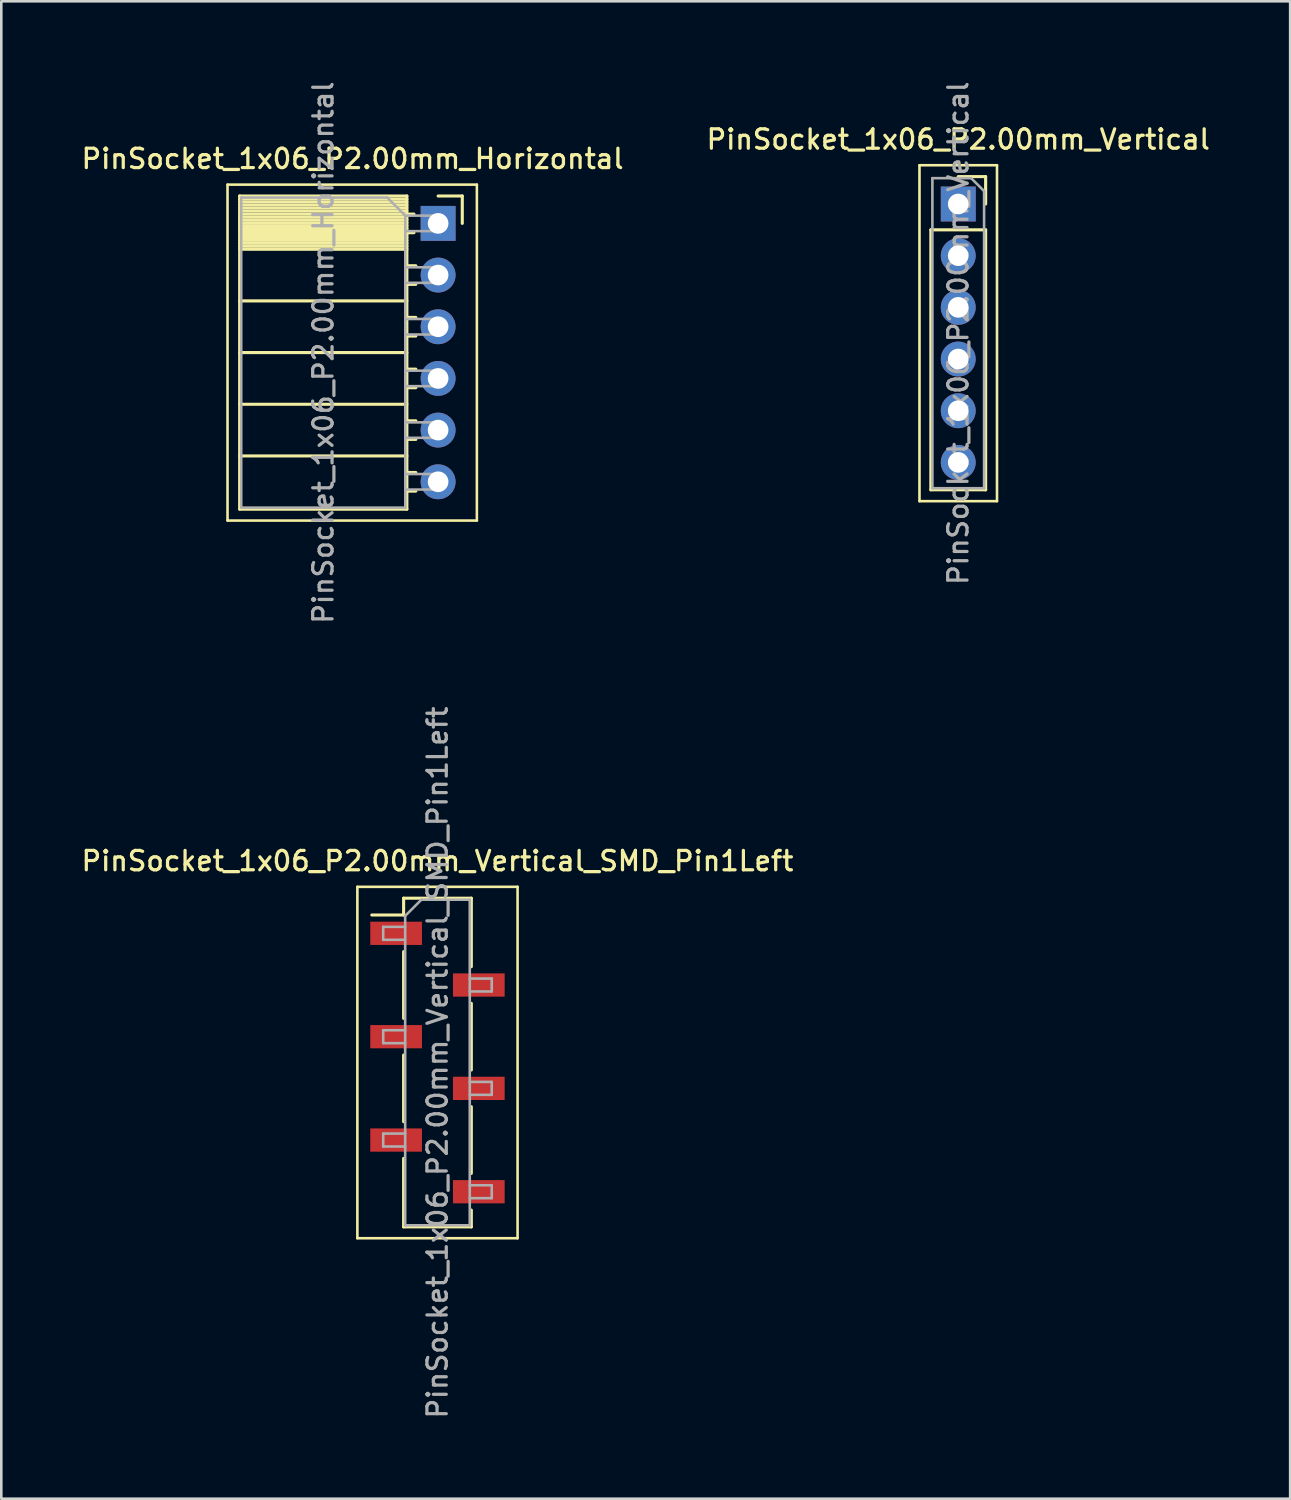
<source format=kicad_pcb>
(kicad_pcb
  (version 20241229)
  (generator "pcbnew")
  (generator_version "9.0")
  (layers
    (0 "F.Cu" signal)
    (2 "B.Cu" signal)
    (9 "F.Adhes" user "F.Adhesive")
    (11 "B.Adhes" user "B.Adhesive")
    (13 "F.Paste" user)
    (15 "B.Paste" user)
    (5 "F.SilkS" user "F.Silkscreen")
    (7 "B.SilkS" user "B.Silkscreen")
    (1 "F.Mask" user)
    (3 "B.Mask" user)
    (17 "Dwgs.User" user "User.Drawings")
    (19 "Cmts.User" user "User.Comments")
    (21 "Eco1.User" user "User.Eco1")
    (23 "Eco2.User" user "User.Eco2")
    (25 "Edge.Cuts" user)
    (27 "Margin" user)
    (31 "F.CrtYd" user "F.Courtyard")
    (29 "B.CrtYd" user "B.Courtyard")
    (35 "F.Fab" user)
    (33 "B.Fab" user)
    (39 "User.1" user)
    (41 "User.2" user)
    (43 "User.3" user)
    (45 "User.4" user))
  (footprint "PinSocket_1x06_P2.00mm_Vertical_SMD_Pin1Left"
    (layer "F.Cu")
    (at 13.88 38.07)
    (property "Reference" "PinSocket_1x06_P2.00mm_Vertical_SMD_Pin1Left" (at 0 -7.8 0) (layer "F.SilkS") (effects (font (size 0.75 0.75) (thickness 0.125))))
    (attr smd)
    (fp_line (start -3.1 -6.8) (end 3.1 -6.8) (stroke (width 0.1) (type solid)) (layer "F.SilkS"))
    (fp_line (start -3.1 6.8) (end -3.1 -6.8) (stroke (width 0.1) (type solid)) (layer "F.SilkS"))
    (fp_line (start -2.54 -5.71) (end -1.31 -5.71) (stroke (width 0.12) (type solid)) (layer "F.SilkS"))
    (fp_line (start -1.31 -6.36) (end -1.31 -5.71) (stroke (width 0.12) (type solid)) (layer "F.SilkS"))
    (fp_line (start -1.31 -6.36) (end 1.31 -6.36) (stroke (width 0.12) (type solid)) (layer "F.SilkS"))
    (fp_line (start -1.31 -4.29) (end -1.31 -1.71) (stroke (width 0.12) (type solid)) (layer "F.SilkS"))
    (fp_line (start -1.31 -0.29) (end -1.31 2.29) (stroke (width 0.12) (type solid)) (layer "F.SilkS"))
    (fp_line (start -1.31 3.71) (end -1.31 6.36) (stroke (width 0.12) (type solid)) (layer "F.SilkS"))
    (fp_line (start -1.31 6.36) (end 1.31 6.36) (stroke (width 0.12) (type solid)) (layer "F.SilkS"))
    (fp_line (start 1.31 -6.36) (end 1.31 -3.71) (stroke (width 0.12) (type solid)) (layer "F.SilkS"))
    (fp_line (start 1.31 -2.29) (end 1.31 0.29) (stroke (width 0.12) (type solid)) (layer "F.SilkS"))
    (fp_line (start 1.31 1.71) (end 1.31 4.29) (stroke (width 0.12) (type solid)) (layer "F.SilkS"))
    (fp_line (start 1.31 5.71) (end 1.31 6.36) (stroke (width 0.12) (type solid)) (layer "F.SilkS"))
    (fp_line (start 3.1 -6.8) (end 3.1 6.8) (stroke (width 0.1) (type solid)) (layer "F.SilkS"))
    (fp_line (start 3.1 6.8) (end -3.1 6.8) (stroke (width 0.1) (type solid)) (layer "F.SilkS"))
    (fp_line (start -2.1 -5.25) (end -1.25 -5.25) (stroke (width 0.1) (type solid)) (layer "F.Fab"))
    (fp_line (start -2.1 -4.75) (end -2.1 -5.25) (stroke (width 0.1) (type solid)) (layer "F.Fab"))
    (fp_line (start -2.1 -1.25) (end -1.25 -1.25) (stroke (width 0.1) (type solid)) (layer "F.Fab"))
    (fp_line (start -2.1 -0.75) (end -2.1 -1.25) (stroke (width 0.1) (type solid)) (layer "F.Fab"))
    (fp_line (start -2.1 2.75) (end -1.25 2.75) (stroke (width 0.1) (type solid)) (layer "F.Fab"))
    (fp_line (start -2.1 3.25) (end -2.1 2.75) (stroke (width 0.1) (type solid)) (layer "F.Fab"))
    (fp_line (start -1.25 -5.675) (end -0.625 -6.3) (stroke (width 0.1) (type solid)) (layer "F.Fab"))
    (fp_line (start -1.25 -4.75) (end -2.1 -4.75) (stroke (width 0.1) (type solid)) (layer "F.Fab"))
    (fp_line (start -1.25 -0.75) (end -2.1 -0.75) (stroke (width 0.1) (type solid)) (layer "F.Fab"))
    (fp_line (start -1.25 3.25) (end -2.1 3.25) (stroke (width 0.1) (type solid)) (layer "F.Fab"))
    (fp_line (start -1.25 6.3) (end -1.25 -5.675) (stroke (width 0.1) (type solid)) (layer "F.Fab"))
    (fp_line (start -0.625 -6.3) (end 1.25 -6.3) (stroke (width 0.1) (type solid)) (layer "F.Fab"))
    (fp_line (start 1.25 -6.3) (end 1.25 6.3) (stroke (width 0.1) (type solid)) (layer "F.Fab"))
    (fp_line (start 1.25 -3.25) (end 2.1 -3.25) (stroke (width 0.1) (type solid)) (layer "F.Fab"))
    (fp_line (start 1.25 0.75) (end 2.1 0.75) (stroke (width 0.1) (type solid)) (layer "F.Fab"))
    (fp_line (start 1.25 4.75) (end 2.1 4.75) (stroke (width 0.1) (type solid)) (layer "F.Fab"))
    (fp_line (start 1.25 6.3) (end -1.25 6.3) (stroke (width 0.1) (type solid)) (layer "F.Fab"))
    (fp_line (start 2.1 -3.25) (end 2.1 -2.75) (stroke (width 0.1) (type solid)) (layer "F.Fab"))
    (fp_line (start 2.1 -2.75) (end 1.25 -2.75) (stroke (width 0.1) (type solid)) (layer "F.Fab"))
    (fp_line (start 2.1 0.75) (end 2.1 1.25) (stroke (width 0.1) (type solid)) (layer "F.Fab"))
    (fp_line (start 2.1 1.25) (end 1.25 1.25) (stroke (width 0.1) (type solid)) (layer "F.Fab"))
    (fp_line (start 2.1 4.75) (end 2.1 5.25) (stroke (width 0.1) (type solid)) (layer "F.Fab"))
    (fp_line (start 2.1 5.25) (end 1.25 5.25) (stroke (width 0.1) (type solid)) (layer "F.Fab"))
    (fp_text user "${REFERENCE}" (at 0 0 90) (layer "F.Fab") (effects (font (size 0.75 0.75) (thickness 0.125))))
    (pad "1" smd rect (at -1.6 -5) (size 2 0.9) (layers "F.Cu" "F.Mask" "F.Paste"))
    (pad "2" smd rect (at 1.6 -3) (size 2 0.9) (layers "F.Cu" "F.Mask" "F.Paste"))
    (pad "3" smd rect (at -1.6 -1) (size 2 0.9) (layers "F.Cu" "F.Mask" "F.Paste"))
    (pad "4" smd rect (at 1.6 1) (size 2 0.9) (layers "F.Cu" "F.Mask" "F.Paste"))
    (pad "5" smd rect (at -1.6 3) (size 2 0.9) (layers "F.Cu" "F.Mask" "F.Paste"))
    (pad "6" smd rect (at 1.6 5) (size 2 0.9) (layers "F.Cu" "F.Mask" "F.Paste")))
  (footprint "PinSocket_1x06_P2.00mm_Vertical"
    (layer "F.Cu")
    (at 34.034 4.845)
    (property "Reference" "PinSocket_1x06_P2.00mm_Vertical" (at 0 -2.5 0) (layer "F.SilkS") (effects (font (size 0.75 0.75) (thickness 0.125))))
    (attr through_hole)
    (fp_line (start -1.5 -1.5) (end 1.5 -1.5) (stroke (width 0.1) (type solid)) (layer "F.SilkS"))
    (fp_line (start -1.5 11.5) (end -1.5 -1.5) (stroke (width 0.1) (type solid)) (layer "F.SilkS"))
    (fp_line (start -1.06 1) (end -1.06 11.06) (stroke (width 0.12) (type solid)) (layer "F.SilkS"))
    (fp_line (start -1.06 1) (end 1.06 1) (stroke (width 0.12) (type solid)) (layer "F.SilkS"))
    (fp_line (start -1.06 11.06) (end 1.06 11.06) (stroke (width 0.12) (type solid)) (layer "F.SilkS"))
    (fp_line (start 0 -1.06) (end 1.06 -1.06) (stroke (width 0.12) (type solid)) (layer "F.SilkS"))
    (fp_line (start 1.06 -1.06) (end 1.06 0) (stroke (width 0.12) (type solid)) (layer "F.SilkS"))
    (fp_line (start 1.06 1) (end 1.06 11.06) (stroke (width 0.12) (type solid)) (layer "F.SilkS"))
    (fp_line (start 1.5 -1.5) (end 1.5 11.5) (stroke (width 0.1) (type solid)) (layer "F.SilkS"))
    (fp_line (start 1.5 11.5) (end -1.5 11.5) (stroke (width 0.1) (type solid)) (layer "F.SilkS"))
    (fp_line (start -1 -1) (end 0.5 -1) (stroke (width 0.1) (type solid)) (layer "F.Fab"))
    (fp_line (start -1 11) (end -1 -1) (stroke (width 0.1) (type solid)) (layer "F.Fab"))
    (fp_line (start 0.5 -1) (end 1 -0.5) (stroke (width 0.1) (type solid)) (layer "F.Fab"))
    (fp_line (start 1 -0.5) (end 1 11) (stroke (width 0.1) (type solid)) (layer "F.Fab"))
    (fp_line (start 1 11) (end -1 11) (stroke (width 0.1) (type solid)) (layer "F.Fab"))
    (fp_text user "${REFERENCE}" (at 0 5 90) (layer "F.Fab") (effects (font (size 0.75 0.75) (thickness 0.125))))
    (pad "1" thru_hole rect (at 0 0) (size 1.35 1.35) (drill 0.8) (layers "*.Cu" "*.Mask"))
    (pad "2" thru_hole oval (at 0 2) (size 1.35 1.35) (drill 0.8) (layers "*.Cu" "*.Mask"))
    (pad "3" thru_hole oval (at 0 4) (size 1.35 1.35) (drill 0.8) (layers "*.Cu" "*.Mask"))
    (pad "4" thru_hole oval (at 0 6) (size 1.35 1.35) (drill 0.8) (layers "*.Cu" "*.Mask"))
    (pad "5" thru_hole oval (at 0 8) (size 1.35 1.35) (drill 0.8) (layers "*.Cu" "*.Mask"))
    (pad "6" thru_hole oval (at 0 10) (size 1.35 1.35) (drill 0.8) (layers "*.Cu" "*.Mask")))
  (footprint "PinSocket_1x06_P2.00mm_Horizontal"
    (layer "F.Cu")
    (at 13.905 5.595)
    (property "Reference" "PinSocket_1x06_P2.00mm_Horizontal" (at -3.31 -2.5 0) (layer "F.SilkS") (effects (font (size 0.75 0.75) (thickness 0.125))))
    (attr through_hole)
    (fp_line (start -8.15 -1.5) (end -8.15 11.5) (stroke (width 0.1) (type solid)) (layer "F.SilkS"))
    (fp_line (start -8.15 11.5) (end 1.5 11.5) (stroke (width 0.1) (type solid)) (layer "F.SilkS"))
    (fp_line (start -7.68 -1.06) (end -7.68 11.06) (stroke (width 0.12) (type solid)) (layer "F.SilkS"))
    (fp_line (start -7.68 -1.06) (end -1.21 -1.06) (stroke (width 0.12) (type solid)) (layer "F.SilkS"))
    (fp_line (start -7.68 -0.94) (end -1.21 -0.94) (stroke (width 0.12) (type solid)) (layer "F.SilkS"))
    (fp_line (start -7.68 -0.826) (end -1.21 -0.826) (stroke (width 0.12) (type solid)) (layer "F.SilkS"))
    (fp_line (start -7.68 -0.712) (end -1.21 -0.712) (stroke (width 0.12) (type solid)) (layer "F.SilkS"))
    (fp_line (start -7.68 -0.598) (end -1.21 -0.598) (stroke (width 0.12) (type solid)) (layer "F.SilkS"))
    (fp_line (start -7.68 -0.484) (end -1.21 -0.484) (stroke (width 0.12) (type solid)) (layer "F.SilkS"))
    (fp_line (start -7.68 -0.369) (end -1.21 -0.369) (stroke (width 0.12) (type solid)) (layer "F.SilkS"))
    (fp_line (start -7.68 -0.255) (end -1.21 -0.255) (stroke (width 0.12) (type solid)) (layer "F.SilkS"))
    (fp_line (start -7.68 -0.141) (end -1.21 -0.141) (stroke (width 0.12) (type solid)) (layer "F.SilkS"))
    (fp_line (start -7.68 -0.027) (end -1.21 -0.027) (stroke (width 0.12) (type solid)) (layer "F.SilkS"))
    (fp_line (start -7.68 0.087) (end -1.21 0.087) (stroke (width 0.12) (type solid)) (layer "F.SilkS"))
    (fp_line (start -7.68 0.201) (end -1.21 0.201) (stroke (width 0.12) (type solid)) (layer "F.SilkS"))
    (fp_line (start -7.68 0.315) (end -1.21 0.315) (stroke (width 0.12) (type solid)) (layer "F.SilkS"))
    (fp_line (start -7.68 0.429) (end -1.21 0.429) (stroke (width 0.12) (type solid)) (layer "F.SilkS"))
    (fp_line (start -7.68 0.544) (end -1.21 0.544) (stroke (width 0.12) (type solid)) (layer "F.SilkS"))
    (fp_line (start -7.68 0.658) (end -1.21 0.658) (stroke (width 0.12) (type solid)) (layer "F.SilkS"))
    (fp_line (start -7.68 0.772) (end -1.21 0.772) (stroke (width 0.12) (type solid)) (layer "F.SilkS"))
    (fp_line (start -7.68 0.886) (end -1.21 0.886) (stroke (width 0.12) (type solid)) (layer "F.SilkS"))
    (fp_line (start -7.68 1) (end -1.21 1) (stroke (width 0.12) (type solid)) (layer "F.SilkS"))
    (fp_line (start -7.68 3) (end -1.21 3) (stroke (width 0.12) (type solid)) (layer "F.SilkS"))
    (fp_line (start -7.68 5) (end -1.21 5) (stroke (width 0.12) (type solid)) (layer "F.SilkS"))
    (fp_line (start -7.68 7) (end -1.21 7) (stroke (width 0.12) (type solid)) (layer "F.SilkS"))
    (fp_line (start -7.68 9) (end -1.21 9) (stroke (width 0.12) (type solid)) (layer "F.SilkS"))
    (fp_line (start -7.68 11.06) (end -1.21 11.06) (stroke (width 0.12) (type solid)) (layer "F.SilkS"))
    (fp_line (start -1.21 -1.06) (end -1.21 11.06) (stroke (width 0.12) (type solid)) (layer "F.SilkS"))
    (fp_line (start -1.21 -0.36) (end -0.935 -0.36) (stroke (width 0.12) (type solid)) (layer "F.SilkS"))
    (fp_line (start -1.21 0.36) (end -0.935 0.36) (stroke (width 0.12) (type solid)) (layer "F.SilkS"))
    (fp_line (start -1.21 1.64) (end -0.863 1.64) (stroke (width 0.12) (type solid)) (layer "F.SilkS"))
    (fp_line (start -1.21 2.36) (end -0.863 2.36) (stroke (width 0.12) (type solid)) (layer "F.SilkS"))
    (fp_line (start -1.21 3.64) (end -0.863 3.64) (stroke (width 0.12) (type solid)) (layer "F.SilkS"))
    (fp_line (start -1.21 4.36) (end -0.863 4.36) (stroke (width 0.12) (type solid)) (layer "F.SilkS"))
    (fp_line (start -1.21 5.64) (end -0.863 5.64) (stroke (width 0.12) (type solid)) (layer "F.SilkS"))
    (fp_line (start -1.21 6.36) (end -0.863 6.36) (stroke (width 0.12) (type solid)) (layer "F.SilkS"))
    (fp_line (start -1.21 7.64) (end -0.863 7.64) (stroke (width 0.12) (type solid)) (layer "F.SilkS"))
    (fp_line (start -1.21 8.36) (end -0.863 8.36) (stroke (width 0.12) (type solid)) (layer "F.SilkS"))
    (fp_line (start -1.21 9.64) (end -0.863 9.64) (stroke (width 0.12) (type solid)) (layer "F.SilkS"))
    (fp_line (start -1.21 10.36) (end -0.863 10.36) (stroke (width 0.12) (type solid)) (layer "F.SilkS"))
    (fp_line (start 0 -1.06) (end 0.935 -1.06) (stroke (width 0.12) (type solid)) (layer "F.SilkS"))
    (fp_line (start 0.935 -1.06) (end 0.935 0) (stroke (width 0.12) (type solid)) (layer "F.SilkS"))
    (fp_line (start 1.5 -1.5) (end -8.15 -1.5) (stroke (width 0.1) (type solid)) (layer "F.SilkS"))
    (fp_line (start 1.5 11.5) (end 1.5 -1.5) (stroke (width 0.1) (type solid)) (layer "F.SilkS"))
    (fp_line (start -7.62 -1) (end -1.97 -1) (stroke (width 0.1) (type solid)) (layer "F.Fab"))
    (fp_line (start -7.62 11) (end -7.62 -1) (stroke (width 0.1) (type solid)) (layer "F.Fab"))
    (fp_line (start -1.97 -1) (end -1.27 -0.3) (stroke (width 0.1) (type solid)) (layer "F.Fab"))
    (fp_line (start -1.27 -0.3) (end -1.27 11) (stroke (width 0.1) (type solid)) (layer "F.Fab"))
    (fp_line (start -1.27 0.3) (end 0 0.3) (stroke (width 0.1) (type solid)) (layer "F.Fab"))
    (fp_line (start -1.27 2.3) (end 0 2.3) (stroke (width 0.1) (type solid)) (layer "F.Fab"))
    (fp_line (start -1.27 4.3) (end 0 4.3) (stroke (width 0.1) (type solid)) (layer "F.Fab"))
    (fp_line (start -1.27 6.3) (end 0 6.3) (stroke (width 0.1) (type solid)) (layer "F.Fab"))
    (fp_line (start -1.27 8.3) (end 0 8.3) (stroke (width 0.1) (type solid)) (layer "F.Fab"))
    (fp_line (start -1.27 10.3) (end 0 10.3) (stroke (width 0.1) (type solid)) (layer "F.Fab"))
    (fp_line (start -1.27 11) (end -7.62 11) (stroke (width 0.1) (type solid)) (layer "F.Fab"))
    (fp_line (start 0 -0.3) (end -1.27 -0.3) (stroke (width 0.1) (type solid)) (layer "F.Fab"))
    (fp_line (start 0 0.3) (end 0 -0.3) (stroke (width 0.1) (type solid)) (layer "F.Fab"))
    (fp_line (start 0 1.7) (end -1.27 1.7) (stroke (width 0.1) (type solid)) (layer "F.Fab"))
    (fp_line (start 0 2.3) (end 0 1.7) (stroke (width 0.1) (type solid)) (layer "F.Fab"))
    (fp_line (start 0 3.7) (end -1.27 3.7) (stroke (width 0.1) (type solid)) (layer "F.Fab"))
    (fp_line (start 0 4.3) (end 0 3.7) (stroke (width 0.1) (type solid)) (layer "F.Fab"))
    (fp_line (start 0 5.7) (end -1.27 5.7) (stroke (width 0.1) (type solid)) (layer "F.Fab"))
    (fp_line (start 0 6.3) (end 0 5.7) (stroke (width 0.1) (type solid)) (layer "F.Fab"))
    (fp_line (start 0 7.7) (end -1.27 7.7) (stroke (width 0.1) (type solid)) (layer "F.Fab"))
    (fp_line (start 0 8.3) (end 0 7.7) (stroke (width 0.1) (type solid)) (layer "F.Fab"))
    (fp_line (start 0 9.7) (end -1.27 9.7) (stroke (width 0.1) (type solid)) (layer "F.Fab"))
    (fp_line (start 0 10.3) (end 0 9.7) (stroke (width 0.1) (type solid)) (layer "F.Fab"))
    (fp_text user "${REFERENCE}" (at -4.445 5 90) (layer "F.Fab") (effects (font (size 0.75 0.75) (thickness 0.125))))
    (pad "1" thru_hole rect (at 0 0) (size 1.35 1.35) (drill 0.8) (layers "*.Cu" "*.Mask"))
    (pad "2" thru_hole oval (at 0 2) (size 1.35 1.35) (drill 0.8) (layers "*.Cu" "*.Mask"))
    (pad "3" thru_hole oval (at 0 4) (size 1.35 1.35) (drill 0.8) (layers "*.Cu" "*.Mask"))
    (pad "4" thru_hole oval (at 0 6) (size 1.35 1.35) (drill 0.8) (layers "*.Cu" "*.Mask"))
    (pad "5" thru_hole oval (at 0 8) (size 1.35 1.35) (drill 0.8) (layers "*.Cu" "*.Mask"))
    (pad "6" thru_hole oval (at 0 10) (size 1.35 1.35) (drill 0.8) (layers "*.Cu" "*.Mask")))
  (gr_rect
    (start -3 -3)
    (end 46.879 54.95)
    (stroke (width 0.1) (type default))
    (fill no)
    (layer "Edge.Cuts")))
</source>
